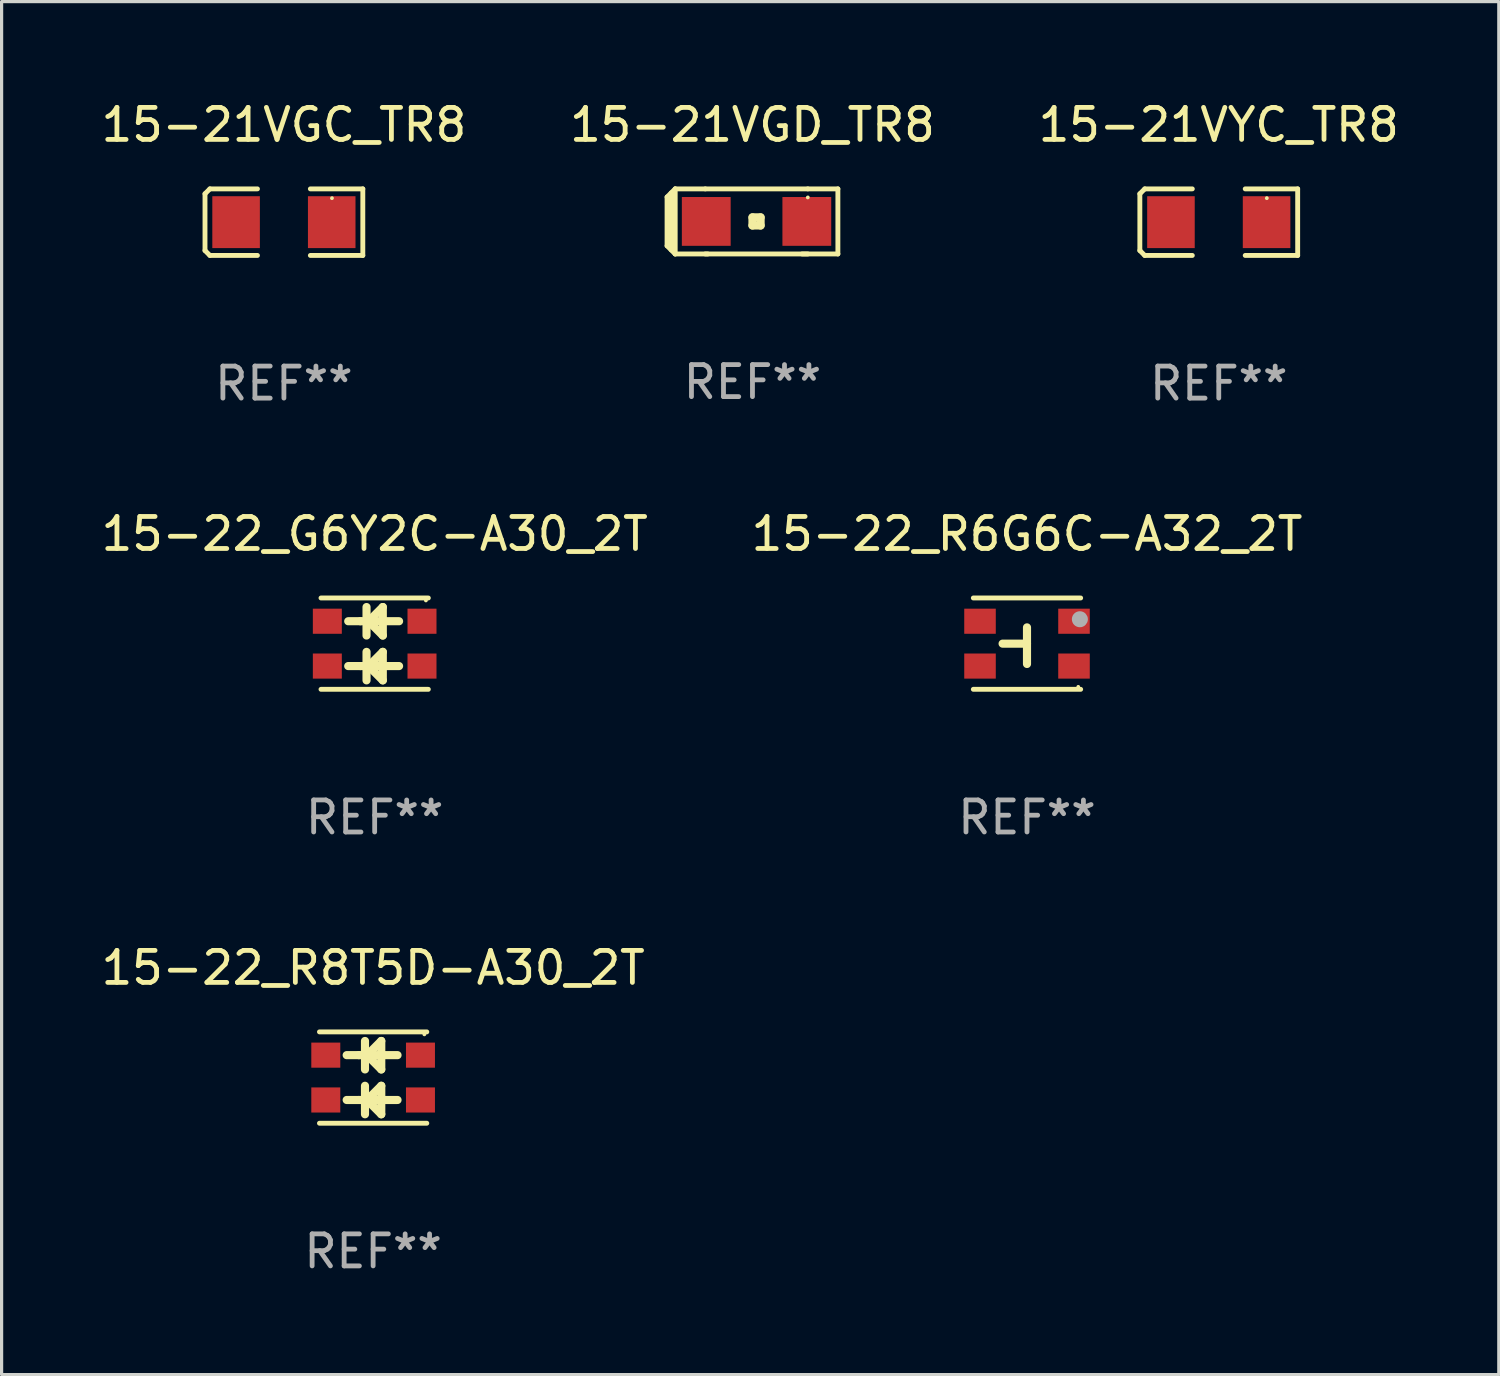
<source format=kicad_pcb>
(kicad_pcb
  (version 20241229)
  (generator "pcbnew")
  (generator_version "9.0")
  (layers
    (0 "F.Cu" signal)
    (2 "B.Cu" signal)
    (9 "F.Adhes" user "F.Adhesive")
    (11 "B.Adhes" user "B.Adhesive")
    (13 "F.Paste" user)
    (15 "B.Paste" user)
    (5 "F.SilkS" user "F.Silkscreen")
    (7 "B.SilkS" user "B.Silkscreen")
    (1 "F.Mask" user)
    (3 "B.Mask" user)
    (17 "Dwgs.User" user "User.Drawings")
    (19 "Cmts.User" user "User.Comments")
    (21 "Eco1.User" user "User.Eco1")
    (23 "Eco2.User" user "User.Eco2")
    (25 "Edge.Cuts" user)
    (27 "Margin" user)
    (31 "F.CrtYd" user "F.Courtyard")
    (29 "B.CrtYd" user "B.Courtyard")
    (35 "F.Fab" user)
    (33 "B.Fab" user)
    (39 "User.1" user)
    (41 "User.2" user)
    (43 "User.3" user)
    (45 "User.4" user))
  (footprint "15-21VGC_TR8"
    (layer "F.Cu")
    (at 5.815 3.887)
    (property "Reference" "15-21VGC_TR8" (at 0 -3.039 0) (layer "F.SilkS") (effects (font (size 1 1) (thickness 0.15))))
    (attr through_hole)
    (fp_line (start -2.464 -0.886) (end -2.311 -1.039) (stroke (width 0.152) (type solid)) (layer "F.SilkS"))
    (fp_line (start -2.464 0.886) (end -2.464 -0.886) (stroke (width 0.152) (type solid)) (layer "F.SilkS"))
    (fp_line (start -2.311 -1.039) (end -0.826 -1.039) (stroke (width 0.152) (type solid)) (layer "F.SilkS"))
    (fp_line (start -2.311 1.039) (end -2.464 0.886) (stroke (width 0.152) (type solid)) (layer "F.SilkS"))
    (fp_line (start -0.826 1.039) (end -2.311 1.039) (stroke (width 0.152) (type solid)) (layer "F.SilkS"))
    (fp_line (start 0.826 1.039) (end 2.464 1.039) (stroke (width 0.152) (type solid)) (layer "F.SilkS"))
    (fp_line (start 2.464 -1.039) (end 0.826 -1.039) (stroke (width 0.152) (type solid)) (layer "F.SilkS"))
    (fp_line (start 2.464 1.039) (end 2.464 -1.039) (stroke (width 0.152) (type solid)) (layer "F.SilkS"))
    (fp_circle (center 1.5 -0.75) (end 1.53 -0.75) (stroke (width 0.06) (type solid)) (fill no) (layer "F.SilkS"))
    (fp_text user "REF**" (at 0 5.039 0) (layer "F.Fab") (effects (font (size 1 1) (thickness 0.15))))
    (pad "1" smd rect (at 1.493 0) (size 1.485 1.62) (layers "F.Cu" "F.Mask" "F.Paste"))
    (pad "2" smd rect (at -1.493 0) (size 1.485 1.62) (layers "F.Cu" "F.Mask" "F.Paste")))
  (footprint "15-22_G6Y2C-A30_2T"
    (layer "F.Cu")
    (at 8.649 17.048)
    (property "Reference" "15-22_G6Y2C-A30_2T" (at 0 -3.426 0) (layer "F.SilkS") (effects (font (size 1 1) (thickness 0.15))))
    (attr through_hole)
    (fp_line (start -1.676 -1.426) (end 1.676 -1.426) (stroke (width 0.152) (type solid)) (layer "F.SilkS"))
    (fp_line (start -1.676 1.426) (end 1.676 1.426) (stroke (width 0.152) (type solid)) (layer "F.SilkS"))
    (fp_line (start -0.445 -0.7) (end -0.826 -0.7) (stroke (width 0.254) (type solid)) (layer "F.SilkS"))
    (fp_line (start -0.445 -0.7) (end -0.189 -0.7) (stroke (width 0.254) (type solid)) (layer "F.SilkS"))
    (fp_line (start -0.445 0.7) (end -0.826 0.7) (stroke (width 0.254) (type solid)) (layer "F.SilkS"))
    (fp_line (start -0.445 0.7) (end -0.189 0.7) (stroke (width 0.254) (type solid)) (layer "F.SilkS"))
    (fp_line (start -0.254 -1.143) (end -0.254 -0.254) (stroke (width 0.254) (type solid)) (layer "F.SilkS"))
    (fp_line (start -0.254 0.257) (end -0.254 1.146) (stroke (width 0.254) (type solid)) (layer "F.SilkS"))
    (fp_line (start -0.189 -0.7) (end 0.254 -1.143) (stroke (width 0.254) (type solid)) (layer "F.SilkS"))
    (fp_line (start -0.189 0.7) (end 0.254 0.257) (stroke (width 0.254) (type solid)) (layer "F.SilkS"))
    (fp_line (start 0 -0.7) (end 0.762 -0.7) (stroke (width 0.254) (type solid)) (layer "F.SilkS"))
    (fp_line (start 0 0.7) (end 0.762 0.7) (stroke (width 0.254) (type solid)) (layer "F.SilkS"))
    (fp_line (start 0.254 -1.143) (end 0.254 -0.254) (stroke (width 0.254) (type solid)) (layer "F.SilkS"))
    (fp_line (start 0.254 -0.254) (end -0.127 -0.635) (stroke (width 0.254) (type solid)) (layer "F.SilkS"))
    (fp_line (start 0.254 0.257) (end 0.254 1.146) (stroke (width 0.254) (type solid)) (layer "F.SilkS"))
    (fp_line (start 0.254 1.146) (end -0.127 0.765) (stroke (width 0.254) (type solid)) (layer "F.SilkS"))
    (fp_circle (center 1.6 -1.35) (end 1.63 -1.35) (stroke (width 0.06) (type solid)) (fill no) (layer "F.SilkS"))
    (fp_text user "REF**" (at 0 5.426 0) (layer "F.Fab") (effects (font (size 1 1) (thickness 0.15))))
    (pad "1" smd rect (at 1.478 -0.7) (size 0.905 0.784) (layers "F.Cu" "F.Mask" "F.Paste"))
    (pad "2" smd rect (at -1.478 -0.7) (size 0.905 0.784) (layers "F.Cu" "F.Mask" "F.Paste"))
    (pad "3" smd rect (at 1.478 0.7) (size 0.905 0.784) (layers "F.Cu" "F.Mask" "F.Paste"))
    (pad "4" smd rect (at -1.478 0.7) (size 0.905 0.784) (layers "F.Cu" "F.Mask" "F.Paste")))
  (footprint "15-22_R8T5D-A30_2T"
    (layer "F.Cu")
    (at 8.601 30.597)
    (property "Reference" "15-22_R8T5D-A30_2T" (at 0 -3.426 0) (layer "F.SilkS") (effects (font (size 1 1) (thickness 0.15))))
    (attr through_hole)
    (fp_line (start -1.676 -1.426) (end 1.676 -1.426) (stroke (width 0.152) (type solid)) (layer "F.SilkS"))
    (fp_line (start -1.676 1.426) (end 1.676 1.426) (stroke (width 0.152) (type solid)) (layer "F.SilkS"))
    (fp_line (start -0.445 -0.7) (end -0.826 -0.7) (stroke (width 0.254) (type solid)) (layer "F.SilkS"))
    (fp_line (start -0.445 -0.7) (end -0.189 -0.7) (stroke (width 0.254) (type solid)) (layer "F.SilkS"))
    (fp_line (start -0.445 0.7) (end -0.826 0.7) (stroke (width 0.254) (type solid)) (layer "F.SilkS"))
    (fp_line (start -0.445 0.7) (end -0.189 0.7) (stroke (width 0.254) (type solid)) (layer "F.SilkS"))
    (fp_line (start -0.254 -1.143) (end -0.254 -0.254) (stroke (width 0.254) (type solid)) (layer "F.SilkS"))
    (fp_line (start -0.254 0.257) (end -0.254 1.146) (stroke (width 0.254) (type solid)) (layer "F.SilkS"))
    (fp_line (start -0.189 -0.7) (end 0.254 -1.143) (stroke (width 0.254) (type solid)) (layer "F.SilkS"))
    (fp_line (start -0.189 0.7) (end 0.254 0.257) (stroke (width 0.254) (type solid)) (layer "F.SilkS"))
    (fp_line (start 0 -0.7) (end 0.762 -0.7) (stroke (width 0.254) (type solid)) (layer "F.SilkS"))
    (fp_line (start 0 0.7) (end 0.762 0.7) (stroke (width 0.254) (type solid)) (layer "F.SilkS"))
    (fp_line (start 0.254 -1.143) (end 0.254 -0.254) (stroke (width 0.254) (type solid)) (layer "F.SilkS"))
    (fp_line (start 0.254 -0.254) (end -0.127 -0.635) (stroke (width 0.254) (type solid)) (layer "F.SilkS"))
    (fp_line (start 0.254 0.257) (end 0.254 1.146) (stroke (width 0.254) (type solid)) (layer "F.SilkS"))
    (fp_line (start 0.254 1.146) (end -0.127 0.765) (stroke (width 0.254) (type solid)) (layer "F.SilkS"))
    (fp_circle (center 1.6 -1.35) (end 1.63 -1.35) (stroke (width 0.06) (type solid)) (fill no) (layer "F.SilkS"))
    (fp_text user "REF**" (at 0 5.426 0) (layer "F.Fab") (effects (font (size 1 1) (thickness 0.15))))
    (pad "1" smd rect (at 1.478 -0.7) (size 0.905 0.784) (layers "F.Cu" "F.Mask" "F.Paste"))
    (pad "2" smd rect (at -1.478 -0.7) (size 0.905 0.784) (layers "F.Cu" "F.Mask" "F.Paste"))
    (pad "3" smd rect (at 1.478 0.7) (size 0.905 0.784) (layers "F.Cu" "F.Mask" "F.Paste"))
    (pad "4" smd rect (at -1.478 0.7) (size 0.905 0.784) (layers "F.Cu" "F.Mask" "F.Paste")))
  (footprint "15-21VGD_TR8"
    (layer "F.Cu")
    (at 20.446 3.864)
    (property "Reference" "15-21VGD_TR8" (at 0 -3.016 0) (layer "F.SilkS") (effects (font (size 1 1) (thickness 0.15))))
    (attr through_hole)
    (fp_line (start -2.667 -0.762) (end -2.667 0.762) (stroke (width 0.152) (type solid)) (layer "F.SilkS"))
    (fp_line (start -2.667 0.762) (end -2.413 1.016) (stroke (width 0.152) (type solid)) (layer "F.SilkS"))
    (fp_line (start -2.54 0.889) (end -2.541 -0.888) (stroke (width 0.152) (type solid)) (layer "F.SilkS"))
    (fp_line (start -2.413 -1.016) (end -2.667 -0.762) (stroke (width 0.152) (type solid)) (layer "F.SilkS"))
    (fp_line (start -2.413 -1.016) (end -2.413 1.016) (stroke (width 0.152) (type solid)) (layer "F.SilkS"))
    (fp_line (start -2.413 1.016) (end -1.397 1.016) (stroke (width 0.152) (type solid)) (layer "F.SilkS"))
    (fp_line (start -1.473 -1.016) (end -2.413 -1.016) (stroke (width 0.152) (type solid)) (layer "F.SilkS"))
    (fp_line (start -1.473 -1.016) (end 1.727 -1.016) (stroke (width 0.152) (type solid)) (layer "F.SilkS"))
    (fp_line (start -1.473 1.016) (end 1.727 1.016) (stroke (width 0.152) (type solid)) (layer "F.SilkS"))
    (fp_line (start 0 -0.127) (end 0.254 -0.127) (stroke (width 0.254) (type solid)) (layer "F.SilkS"))
    (fp_line (start 0 0.127) (end 0 -0.127) (stroke (width 0.254) (type solid)) (layer "F.SilkS"))
    (fp_line (start 0.254 -0.127) (end 0.254 0.127) (stroke (width 0.254) (type solid)) (layer "F.SilkS"))
    (fp_line (start 0.254 0.127) (end 0 0.127) (stroke (width 0.254) (type solid)) (layer "F.SilkS"))
    (fp_line (start 1.727 -1.016) (end 2.667 -1.016) (stroke (width 0.152) (type solid)) (layer "F.SilkS"))
    (fp_line (start 2.667 -1.016) (end 2.667 1.016) (stroke (width 0.152) (type solid)) (layer "F.SilkS"))
    (fp_line (start 2.667 1.016) (end 1.552 1.016) (stroke (width 0.152) (type solid)) (layer "F.SilkS"))
    (fp_circle (center 1.727 -0.75) (end 1.757 -0.75) (stroke (width 0.06) (type solid)) (fill no) (layer "F.SilkS"))
    (fp_text user "REF**" (at 0 5.016 0) (layer "F.Fab") (effects (font (size 1 1) (thickness 0.15))))
    (pad "1" smd rect (at 1.697 0) (size 1.524 1.524) (layers "F.Cu" "F.Mask" "F.Paste"))
    (pad "2" smd rect (at -1.443 0) (size 1.524 1.524) (layers "F.Cu" "F.Mask" "F.Paste")))
  (footprint "15-22_R6G6C-A32_2T"
    (layer "F.Cu")
    (at 29.018 17.048)
    (property "Reference" "15-22_R6G6C-A32_2T" (at 0 -3.426 0) (layer "F.SilkS") (effects (font (size 1 1) (thickness 0.15))))
    (attr through_hole)
    (fp_line (start 0 -0.508) (end 0 0.635) (stroke (width 0.254) (type solid)) (layer "F.SilkS"))
    (fp_line (start 0 0) (end -0.762 0) (stroke (width 0.254) (type solid)) (layer "F.SilkS"))
    (fp_line (start 1.676 -1.426) (end -1.676 -1.426) (stroke (width 0.152) (type solid)) (layer "F.SilkS"))
    (fp_line (start 1.676 1.426) (end -1.676 1.426) (stroke (width 0.152) (type solid)) (layer "F.SilkS"))
    (fp_circle (center 1.6 1.35) (end 1.63 1.35) (stroke (width 0.06) (type solid)) (fill no) (layer "F.SilkS"))
    (fp_circle (center 1.651 -0.762) (end 1.776 -0.762) (stroke (width 0.25) (type solid)) (fill no) (layer "F.Fab"))
    (fp_text user "REF**" (at 0 5.426 0) (layer "F.Fab") (effects (font (size 1 1) (thickness 0.15))))
    (pad "1" smd rect (at 1.468 -0.7 90) (size 0.784 0.985) (layers "F.Cu" "F.Mask" "F.Paste"))
    (pad "2" smd rect (at -1.467 -0.7 90) (size 0.784 0.985) (layers "F.Cu" "F.Mask" "F.Paste"))
    (pad "3" smd rect (at 1.468 0.7 90) (size 0.784 0.985) (layers "F.Cu" "F.Mask" "F.Paste"))
    (pad "4" smd rect (at -1.467 0.7 90) (size 0.784 0.985) (layers "F.Cu" "F.Mask" "F.Paste")))
  (footprint "15-21VYC_TR8"
    (layer "F.Cu")
    (at 35.006 3.887)
    (property "Reference" "15-21VYC_TR8" (at 0 -3.039 0) (layer "F.SilkS") (effects (font (size 1 1) (thickness 0.15))))
    (attr through_hole)
    (fp_line (start -2.464 -0.886) (end -2.311 -1.039) (stroke (width 0.152) (type solid)) (layer "F.SilkS"))
    (fp_line (start -2.464 0.886) (end -2.464 -0.886) (stroke (width 0.152) (type solid)) (layer "F.SilkS"))
    (fp_line (start -2.311 -1.039) (end -0.826 -1.039) (stroke (width 0.152) (type solid)) (layer "F.SilkS"))
    (fp_line (start -2.311 1.039) (end -2.464 0.886) (stroke (width 0.152) (type solid)) (layer "F.SilkS"))
    (fp_line (start -0.826 1.039) (end -2.311 1.039) (stroke (width 0.152) (type solid)) (layer "F.SilkS"))
    (fp_line (start 0.826 1.039) (end 2.464 1.039) (stroke (width 0.152) (type solid)) (layer "F.SilkS"))
    (fp_line (start 2.464 -1.039) (end 0.826 -1.039) (stroke (width 0.152) (type solid)) (layer "F.SilkS"))
    (fp_line (start 2.464 1.039) (end 2.464 -1.039) (stroke (width 0.152) (type solid)) (layer "F.SilkS"))
    (fp_circle (center 1.5 -0.75) (end 1.53 -0.75) (stroke (width 0.06) (type solid)) (fill no) (layer "F.SilkS"))
    (fp_text user "REF**" (at 0 5.039 0) (layer "F.Fab") (effects (font (size 1 1) (thickness 0.15))))
    (pad "1" smd rect (at 1.493 0) (size 1.485 1.62) (layers "F.Cu" "F.Mask" "F.Paste"))
    (pad "2" smd rect (at -1.493 0) (size 1.485 1.62) (layers "F.Cu" "F.Mask" "F.Paste")))
  (gr_rect
    (start -3 -3)
    (end 43.75 39.872)
    (stroke (width 0.1) (type default))
    (fill no)
    (layer "Edge.Cuts")))
</source>
